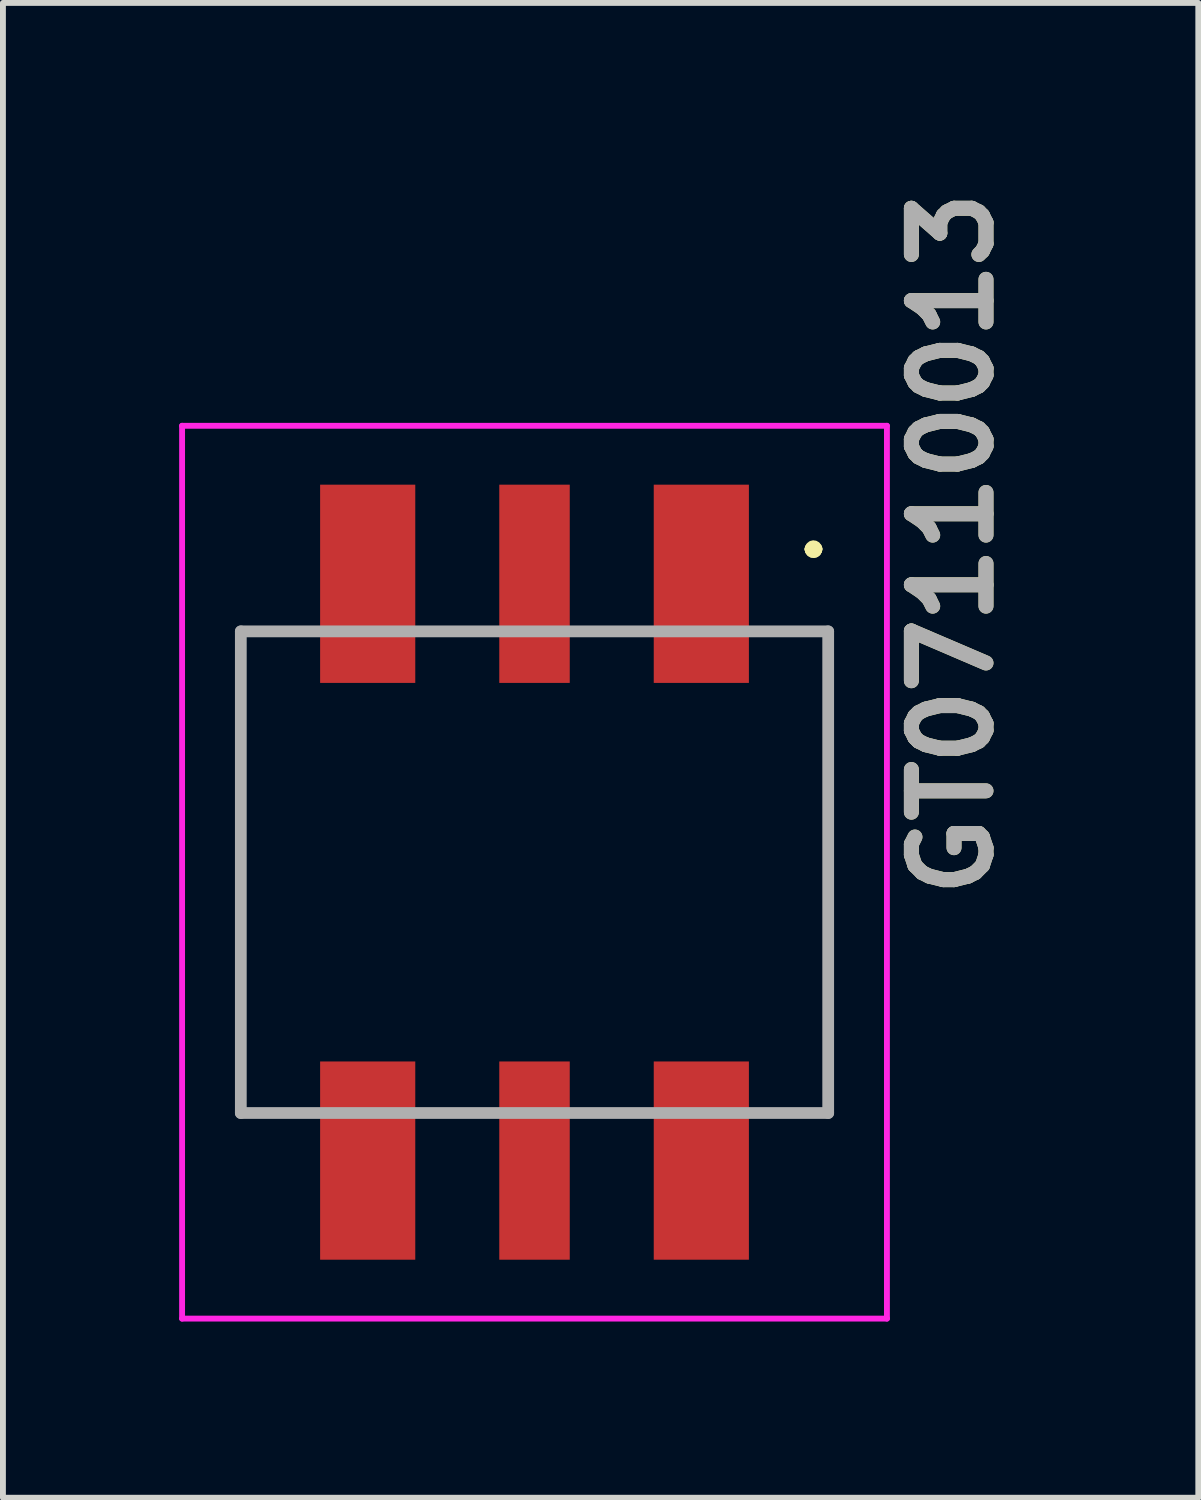
<source format=kicad_pcb>
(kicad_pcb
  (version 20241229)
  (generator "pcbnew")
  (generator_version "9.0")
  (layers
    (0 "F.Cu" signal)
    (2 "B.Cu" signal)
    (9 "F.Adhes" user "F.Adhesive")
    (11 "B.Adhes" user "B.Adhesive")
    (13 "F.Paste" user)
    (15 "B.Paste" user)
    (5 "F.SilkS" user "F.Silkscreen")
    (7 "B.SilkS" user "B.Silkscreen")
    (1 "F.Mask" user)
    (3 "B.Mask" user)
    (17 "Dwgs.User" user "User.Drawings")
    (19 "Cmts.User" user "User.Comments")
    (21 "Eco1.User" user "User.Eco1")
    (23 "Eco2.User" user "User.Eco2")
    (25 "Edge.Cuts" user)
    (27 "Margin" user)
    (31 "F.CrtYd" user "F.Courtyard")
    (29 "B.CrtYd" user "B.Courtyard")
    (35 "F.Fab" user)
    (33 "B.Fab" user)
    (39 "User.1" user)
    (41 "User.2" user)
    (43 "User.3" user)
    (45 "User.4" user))
  (footprint "GT07110013"
    (layer "F.Cu")
    (at 6.05 11.799)
    (property "Reference" "GT07110013" (at 7.112 -5.588 90) (layer "F.SilkS") (effects (font (size 1.27 1.27) (thickness 0.254))))
    (attr smd)
    (fp_line (start -5 -4.1) (end 5 -4.1) (stroke (width 0.1) (type solid)) (layer "F.SilkS"))
    (fp_line (start -5 4.1) (end -5 -4.1) (stroke (width 0.1) (type solid)) (layer "F.SilkS"))
    (fp_line (start 4.7 -5.5) (end 4.7 -5.5) (stroke (width 0.2) (type solid)) (layer "F.SilkS"))
    (fp_line (start 4.7 -5.5) (end 4.7 -5.5) (stroke (width 0.2) (type solid)) (layer "F.SilkS"))
    (fp_line (start 4.8 -5.5) (end 4.8 -5.5) (stroke (width 0.2) (type solid)) (layer "F.SilkS"))
    (fp_line (start 5 -4.1) (end 5 4.1) (stroke (width 0.1) (type solid)) (layer "F.SilkS"))
    (fp_line (start 5 4.1) (end -5 4.1) (stroke (width 0.1) (type solid)) (layer "F.SilkS"))
    (fp_arc (start 4.7 -5.5) (mid 4.75 -5.55) (end 4.8 -5.5) (stroke (width 0.2) (type solid)) (layer "F.SilkS"))
    (fp_arc (start 4.8 -5.5) (mid 4.75 -5.45) (end 4.7 -5.5) (stroke (width 0.2) (type solid)) (layer "F.SilkS"))
    (fp_arc (start 4.8 -5.5) (mid 4.75 -5.45) (end 4.7 -5.5) (stroke (width 0.2) (type solid)) (layer "F.SilkS"))
    (fp_line (start -6 -7.6) (end 6 -7.6) (stroke (width 0.1) (type solid)) (layer "F.CrtYd"))
    (fp_line (start -6 7.6) (end -6 -7.6) (stroke (width 0.1) (type solid)) (layer "F.CrtYd"))
    (fp_line (start 6 -7.6) (end 6 7.6) (stroke (width 0.1) (type solid)) (layer "F.CrtYd"))
    (fp_line (start 6 7.6) (end -6 7.6) (stroke (width 0.1) (type solid)) (layer "F.CrtYd"))
    (fp_line (start -5 -4.1) (end -5 4.1) (stroke (width 0.2) (type solid)) (layer "F.Fab"))
    (fp_line (start -5 4.1) (end 5 4.1) (stroke (width 0.2) (type solid)) (layer "F.Fab"))
    (fp_line (start 5 -4.1) (end -5 -4.1) (stroke (width 0.2) (type solid)) (layer "F.Fab"))
    (fp_line (start 5 4.1) (end 5 -4.1) (stroke (width 0.2) (type solid)) (layer "F.Fab"))
    (fp_text user "${REFERENCE}" (at 7.112 -5.588 90) (layer "F.Fab") (effects (font (size 1.27 1.27) (thickness 0.254))))
    (pad "1" smd rect (at 2.84 -4.91) (size 1.62 3.375) (layers "F.Cu" "F.Mask" "F.Paste"))
    (pad "2" smd rect (at 0 -4.91) (size 1.2 3.375) (layers "F.Cu" "F.Mask" "F.Paste"))
    (pad "3" smd rect (at -2.84 -4.91) (size 1.62 3.375) (layers "F.Cu" "F.Mask" "F.Paste"))
    (pad "4" smd rect (at -2.84 4.91) (size 1.62 3.375) (layers "F.Cu" "F.Mask" "F.Paste"))
    (pad "5" smd rect (at 0 4.91) (size 1.2 3.375) (layers "F.Cu" "F.Mask" "F.Paste"))
    (pad "6" smd rect (at 2.84 4.91) (size 1.62 3.375) (layers "F.Cu" "F.Mask" "F.Paste")))
  (gr_rect
    (start -3 -3)
    (end 17.351 22.449)
    (stroke (width 0.1) (type default))
    (fill no)
    (layer "Edge.Cuts")))
</source>
